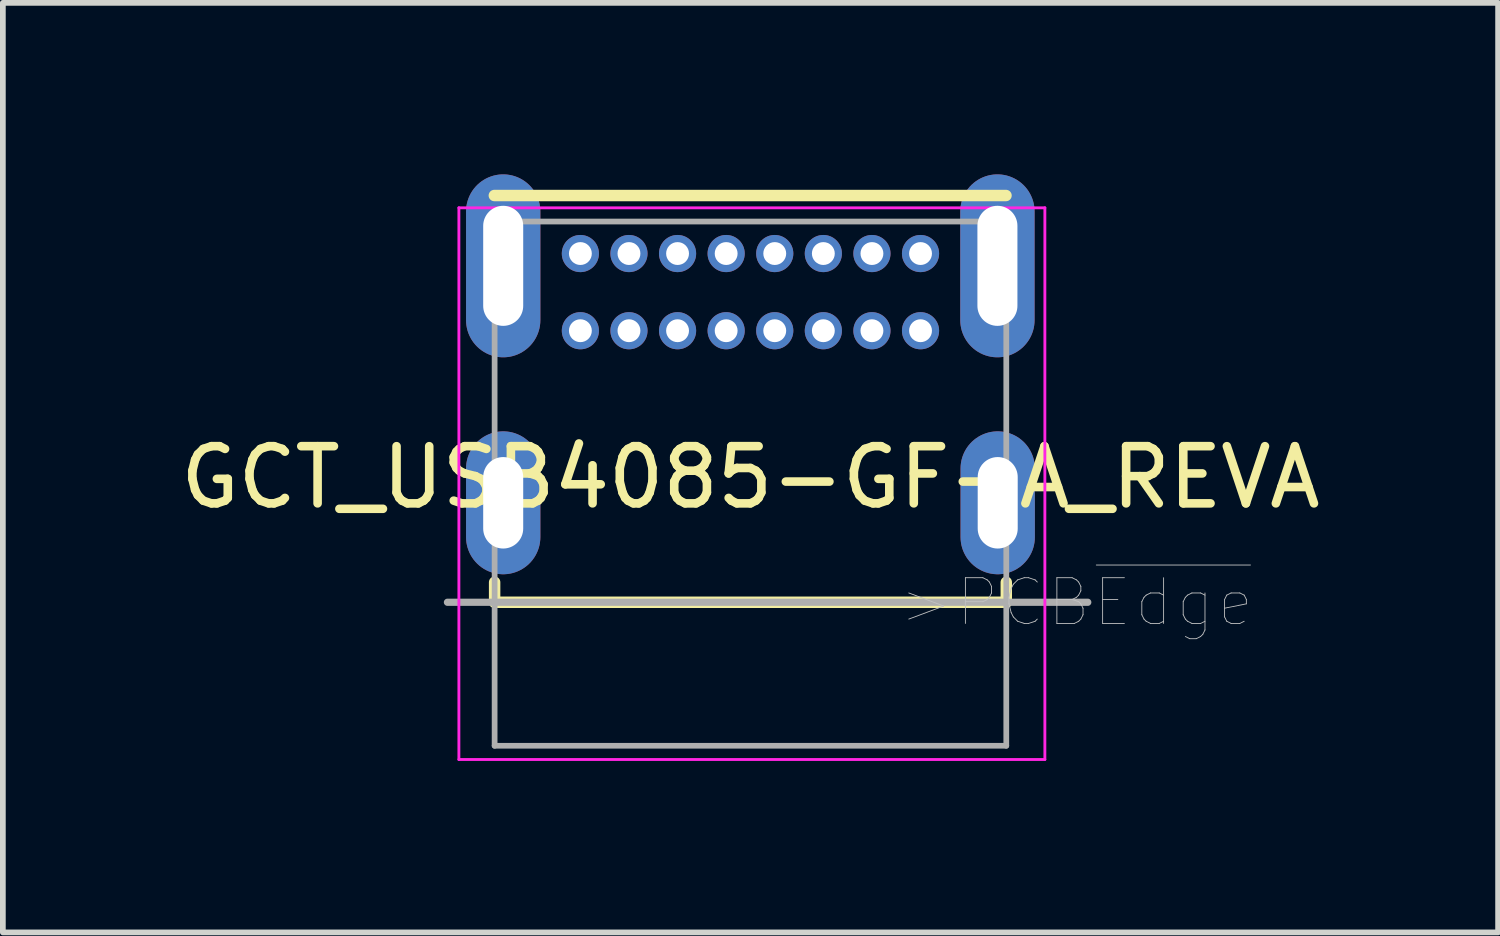
<source format=kicad_pcb>
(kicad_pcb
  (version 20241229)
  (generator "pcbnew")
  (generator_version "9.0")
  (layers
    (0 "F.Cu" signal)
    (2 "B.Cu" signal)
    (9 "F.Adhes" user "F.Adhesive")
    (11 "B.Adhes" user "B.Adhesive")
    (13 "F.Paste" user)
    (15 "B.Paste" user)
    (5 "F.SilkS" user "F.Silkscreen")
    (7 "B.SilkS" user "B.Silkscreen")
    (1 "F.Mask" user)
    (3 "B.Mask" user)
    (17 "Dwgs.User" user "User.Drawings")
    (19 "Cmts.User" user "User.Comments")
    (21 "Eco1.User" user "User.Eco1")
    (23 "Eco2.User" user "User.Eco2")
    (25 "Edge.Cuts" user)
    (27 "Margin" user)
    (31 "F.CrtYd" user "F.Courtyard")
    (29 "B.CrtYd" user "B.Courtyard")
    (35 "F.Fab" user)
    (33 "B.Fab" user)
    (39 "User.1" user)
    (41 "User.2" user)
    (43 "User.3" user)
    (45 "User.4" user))
  (footprint "GCT_USB4085-GF-A_REVA"
    (layer "F.Cu")
    (at 10.077 5.41)
    (property "Reference" "GCT_USB4085-GF-A_REVA" (at 0 -0.11 0) (layer "F.SilkS") (effects (font (size 1 1) (thickness 0.15))))
    (attr through_hole)
    (fp_line (start -4.48 -5.04) (end 4.47 -5.04) (stroke (width 0.2) (type solid)) (layer "F.SilkS"))
    (fp_line (start -4.475 1.725) (end -4.475 2.075) (stroke (width 0.2) (type solid)) (layer "F.SilkS"))
    (fp_line (start -4.475 2.075) (end 4.475 2.075) (stroke (width 0.2) (type solid)) (layer "F.SilkS"))
    (fp_line (start 4.475 2.075) (end 4.475 1.725) (stroke (width 0.2) (type solid)) (layer "F.SilkS"))
    (fp_line (start -5.1 -4.825) (end 5.15 -4.825) (stroke (width 0.05) (type solid)) (layer "F.CrtYd"))
    (fp_line (start -5.1 4.825) (end -5.1 -4.825) (stroke (width 0.05) (type solid)) (layer "F.CrtYd"))
    (fp_line (start 5.15 -4.825) (end 5.15 4.825) (stroke (width 0.05) (type solid)) (layer "F.CrtYd"))
    (fp_line (start 5.15 4.825) (end -5.1 4.825) (stroke (width 0.05) (type solid)) (layer "F.CrtYd"))
    (fp_line (start -5.3 2.075) (end 5.9 2.075) (stroke (width 0.127) (type solid)) (layer "F.Fab"))
    (fp_line (start -4.475 -4.585) (end 4.475 -4.585) (stroke (width 0.1) (type solid)) (layer "F.Fab"))
    (fp_line (start -4.475 4.585) (end -4.475 -4.585) (stroke (width 0.1) (type solid)) (layer "F.Fab"))
    (fp_line (start 4.475 -4.585) (end 4.475 4.585) (stroke (width 0.1) (type solid)) (layer "F.Fab"))
    (fp_line (start 4.475 4.585) (end -4.475 4.585) (stroke (width 0.1) (type solid)) (layer "F.Fab"))
    (fp_text user ">PCB~{Edge}" (at 5.703 2.076 0) (layer "Dwgs.User") (effects (font (size 0.8 0.8) (thickness 0.015))))
    (pad "A1" thru_hole circle (at -2.975 -4.025) (size 0.65 0.65) (drill 0.4) (layers "*.Cu" "*.Mask"))
    (pad "A4" thru_hole circle (at -2.125 -4.025) (size 0.65 0.65) (drill 0.4) (layers "*.Cu" "*.Mask"))
    (pad "A5" thru_hole circle (at -1.275 -4.025) (size 0.65 0.65) (drill 0.4) (layers "*.Cu" "*.Mask"))
    (pad "A6" thru_hole circle (at -0.425 -4.025) (size 0.65 0.65) (drill 0.4) (layers "*.Cu" "*.Mask"))
    (pad "A7" thru_hole circle (at 0.425 -4.025) (size 0.65 0.65) (drill 0.4) (layers "*.Cu" "*.Mask"))
    (pad "A8" thru_hole circle (at 1.275 -4.025) (size 0.65 0.65) (drill 0.4) (layers "*.Cu" "*.Mask"))
    (pad "A9" thru_hole circle (at 2.125 -4.025) (size 0.65 0.65) (drill 0.4) (layers "*.Cu" "*.Mask"))
    (pad "A12" thru_hole circle (at 2.975 -4.025) (size 0.65 0.65) (drill 0.4) (layers "*.Cu" "*.Mask"))
    (pad "B1" thru_hole circle (at 2.975 -2.675) (size 0.65 0.65) (drill 0.4) (layers "*.Cu" "*.Mask"))
    (pad "B4" thru_hole circle (at 2.125 -2.675) (size 0.65 0.65) (drill 0.4) (layers "*.Cu" "*.Mask"))
    (pad "B5" thru_hole circle (at 1.275 -2.675) (size 0.65 0.65) (drill 0.4) (layers "*.Cu" "*.Mask"))
    (pad "B6" thru_hole circle (at 0.425 -2.675) (size 0.65 0.65) (drill 0.4) (layers "*.Cu" "*.Mask"))
    (pad "B7" thru_hole circle (at -0.425 -2.675) (size 0.65 0.65) (drill 0.4) (layers "*.Cu" "*.Mask"))
    (pad "B8" thru_hole circle (at -1.275 -2.675) (size 0.65 0.65) (drill 0.4) (layers "*.Cu" "*.Mask"))
    (pad "B9" thru_hole circle (at -2.125 -2.675) (size 0.65 0.65) (drill 0.4) (layers "*.Cu" "*.Mask"))
    (pad "B12" thru_hole circle (at -2.975 -2.675) (size 0.65 0.65) (drill 0.4) (layers "*.Cu" "*.Mask"))
    (pad "P1" thru_hole oval (at -4.325 -3.81) (size 1.3 3.2) (drill oval 0.7 2.1) (layers "*.Cu" "*.Mask"))
    (pad "P2" thru_hole oval (at 4.32 -3.81) (size 1.3 3.2) (drill oval 0.7 2.1) (layers "*.Cu" "*.Mask"))
    (pad "P3" thru_hole oval (at 4.325 0.335) (size 1.3 2.5) (drill oval 0.7 1.6) (layers "*.Cu" "*.Mask"))
    (pad "P4" thru_hole oval (at -4.325 0.335) (size 1.3 2.5) (drill oval 0.7 1.6) (layers "*.Cu" "*.Mask")))
  (gr_rect
    (start -3 -3)
    (end 23.155 13.26)
    (stroke (width 0.1) (type default))
    (fill no)
    (layer "Edge.Cuts")))
</source>
